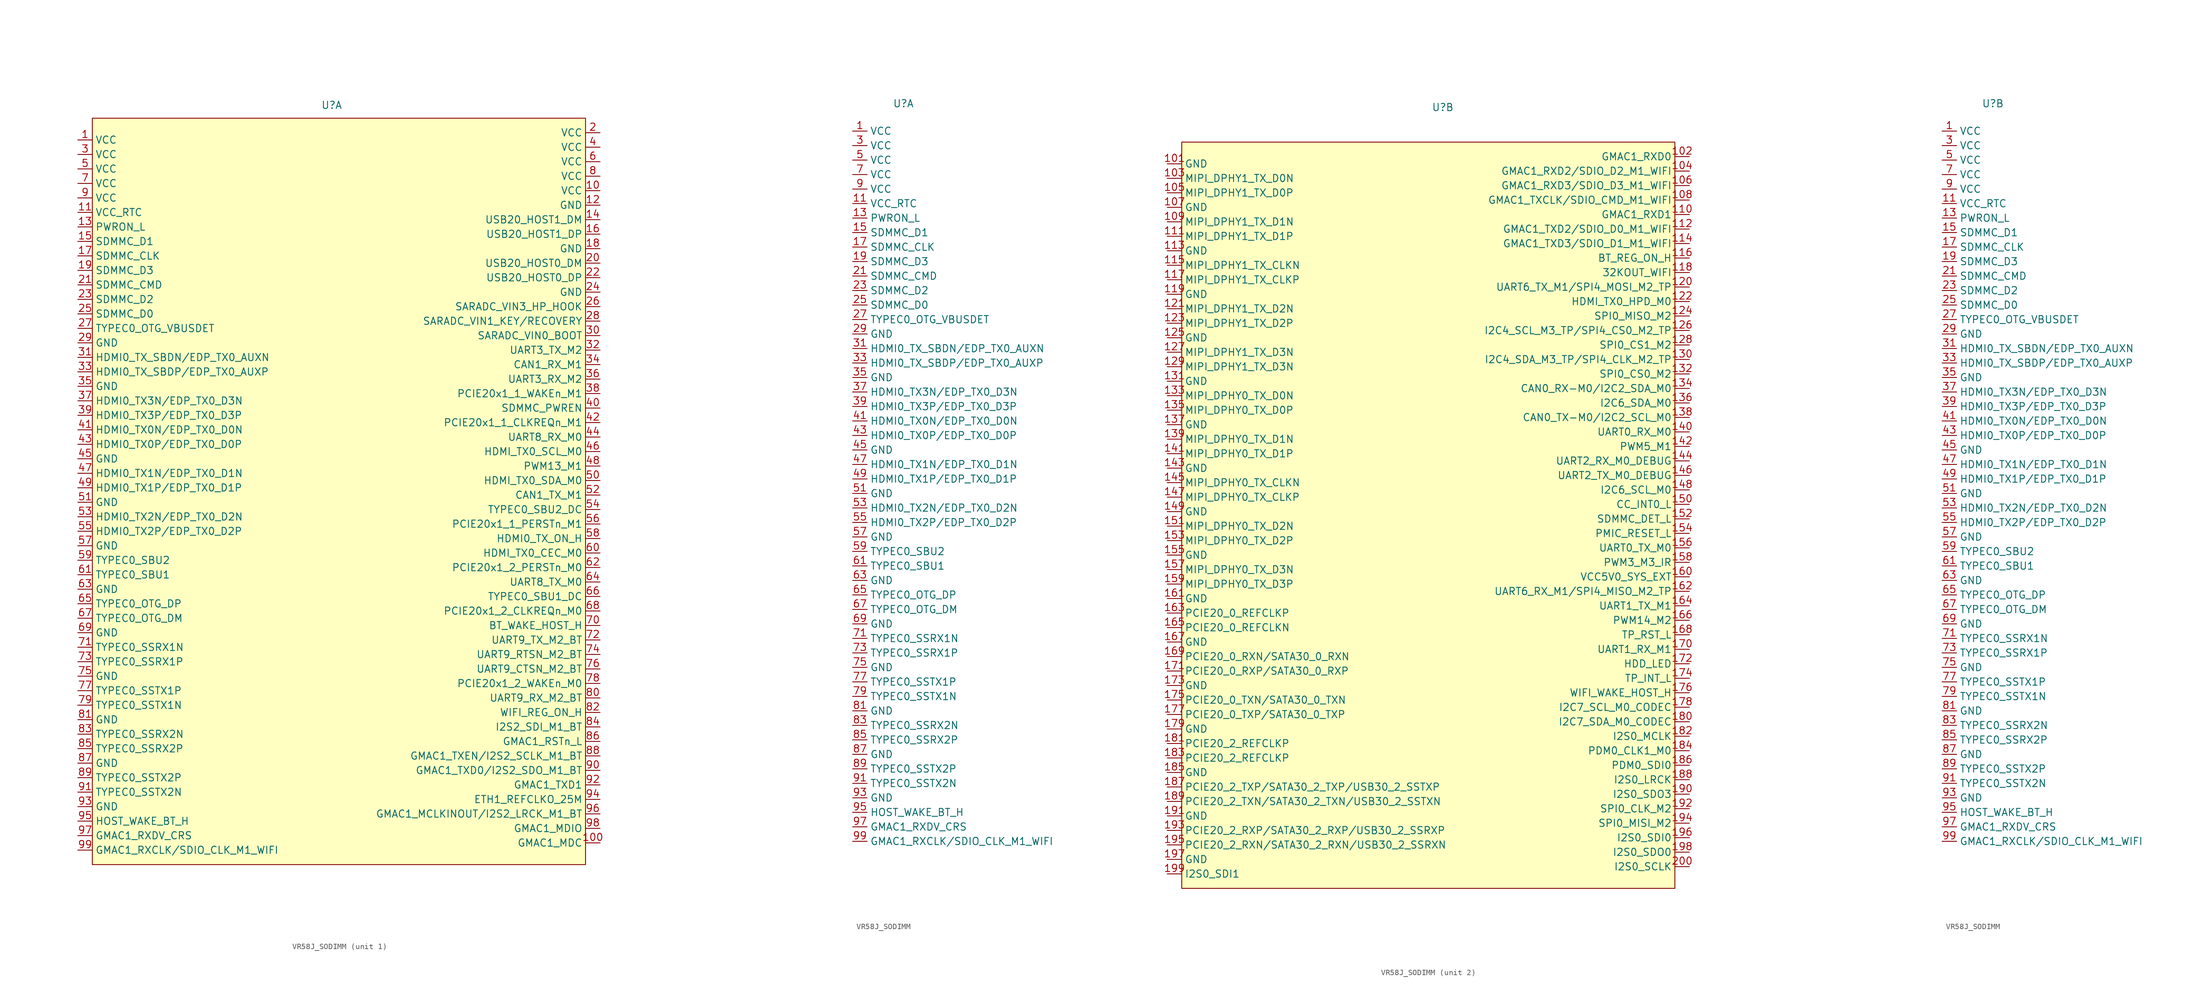
<source format=kicad_sym>
(kicad_symbol_lib
  (version 20231120)
  (generator "kicad_symbol_editor")
  (generator_version "8.0")
  (symbol "VR58J_SODIMM"
    (property "Reference" "U"
      (at 0 53.086 0)
      (effects (font (size 1.27 1.27))))
    (property "Value" ""
      (at -33.02 49.022 0)
      (effects (font (size 1.27 1.27))))
    (property "ki_locked" ""
      (at 0 0 0)
      (effects (font (size 1.27 1.27))))
    (symbol "VR58J_SODIMM_1_1"
      (rectangle (start -41.91 50.8) (end 44.45 -80.01) (stroke (width 0) (type default)) (fill (type background)))
      (pin input line (at -44.45 46.99 0) (length 2.54) (name "VCC" (effects (font (size 1.27 1.27)))) (number "1" (effects (font (size 1.27 1.27)))))
      (pin input line (at 46.99 38.1 180) (length 2.54) (name "VCC" (effects (font (size 1.27 1.27)))) (number "10" (effects (font (size 1.27 1.27)))))
      (pin input line (at 46.99 -76.2 180) (length 2.54) (name "GMAC1_MDC" (effects (font (size 1.27 1.27)))) (number "100" (effects (font (size 1.27 1.27)))))
      (pin input line (at -44.45 34.29 0) (length 2.54) (name "VCC_RTC" (effects (font (size 1.27 1.27)))) (number "11" (effects (font (size 1.27 1.27)))))
      (pin input line (at 46.99 35.56 180) (length 2.54) (name "GND" (effects (font (size 1.27 1.27)))) (number "12" (effects (font (size 1.27 1.27)))))
      (pin input line (at -44.45 31.75 0) (length 2.54) (name "PWRON_L" (effects (font (size 1.27 1.27)))) (number "13" (effects (font (size 1.27 1.27)))))
      (pin input line (at 46.99 33.02 180) (length 2.54) (name "USB20_HOST1_DM" (effects (font (size 1.27 1.27)))) (number "14" (effects (font (size 1.27 1.27)))))
      (pin input line (at -44.45 29.21 0) (length 2.54) (name "SDMMC_D1" (effects (font (size 1.27 1.27)))) (number "15" (effects (font (size 1.27 1.27)))))
      (pin input line (at 46.99 30.48 180) (length 2.54) (name "USB20_HOST1_DP" (effects (font (size 1.27 1.27)))) (number "16" (effects (font (size 1.27 1.27)))))
      (pin input line (at -44.45 26.67 0) (length 2.54) (name "SDMMC_CLK" (effects (font (size 1.27 1.27)))) (number "17" (effects (font (size 1.27 1.27)))))
      (pin input line (at 46.99 27.94 180) (length 2.54) (name "GND" (effects (font (size 1.27 1.27)))) (number "18" (effects (font (size 1.27 1.27)))))
      (pin input line (at -44.45 24.13 0) (length 2.54) (name "SDMMC_D3" (effects (font (size 1.27 1.27)))) (number "19" (effects (font (size 1.27 1.27)))))
      (pin input line (at 46.99 48.26 180) (length 2.54) (name "VCC" (effects (font (size 1.27 1.27)))) (number "2" (effects (font (size 1.27 1.27)))))
      (pin input line (at 46.99 25.4 180) (length 2.54) (name "USB20_HOST0_DM" (effects (font (size 1.27 1.27)))) (number "20" (effects (font (size 1.27 1.27)))))
      (pin input line (at -44.45 21.59 0) (length 2.54) (name "SDMMC_CMD" (effects (font (size 1.27 1.27)))) (number "21" (effects (font (size 1.27 1.27)))))
      (pin input line (at 46.99 22.86 180) (length 2.54) (name "USB20_HOST0_DP" (effects (font (size 1.27 1.27)))) (number "22" (effects (font (size 1.27 1.27)))))
      (pin input line (at -44.45 19.05 0) (length 2.54) (name "SDMMC_D2" (effects (font (size 1.27 1.27)))) (number "23" (effects (font (size 1.27 1.27)))))
      (pin input line (at 46.99 20.32 180) (length 2.54) (name "GND" (effects (font (size 1.27 1.27)))) (number "24" (effects (font (size 1.27 1.27)))))
      (pin input line (at -44.45 16.51 0) (length 2.54) (name "SDMMC_D0" (effects (font (size 1.27 1.27)))) (number "25" (effects (font (size 1.27 1.27)))))
      (pin input line (at 46.99 17.78 180) (length 2.54) (name "SARADC_VIN3_HP_HOOK" (effects (font (size 1.27 1.27)))) (number "26" (effects (font (size 1.27 1.27)))))
      (pin input line (at -44.45 13.97 0) (length 2.54) (name "TYPEC0_OTG_VBUSDET" (effects (font (size 1.27 1.27)))) (number "27" (effects (font (size 1.27 1.27)))))
      (pin input line (at 46.99 15.24 180) (length 2.54) (name "SARADC_VIN1_KEY/RECOVERY" (effects (font (size 1.27 1.27)))) (number "28" (effects (font (size 1.27 1.27)))))
      (pin input line (at -44.45 11.43 0) (length 2.54) (name "GND" (effects (font (size 1.27 1.27)))) (number "29" (effects (font (size 1.27 1.27)))))
      (pin input line (at -44.45 44.45 0) (length 2.54) (name "VCC" (effects (font (size 1.27 1.27)))) (number "3" (effects (font (size 1.27 1.27)))))
      (pin input line (at 46.99 12.7 180) (length 2.54) (name "SARADC_VIN0_BOOT" (effects (font (size 1.27 1.27)))) (number "30" (effects (font (size 1.27 1.27)))))
      (pin input line (at -44.45 8.89 0) (length 2.54) (name "HDMI0_TX_SBDN/EDP_TX0_AUXN" (effects (font (size 1.27 1.27)))) (number "31" (effects (font (size 1.27 1.27)))))
      (pin input line (at 46.99 10.16 180) (length 2.54) (name "UART3_TX_M2" (effects (font (size 1.27 1.27)))) (number "32" (effects (font (size 1.27 1.27)))))
      (pin input line (at -44.45 6.35 0) (length 2.54) (name "HDMI0_TX_SBDP/EDP_TX0_AUXP" (effects (font (size 1.27 1.27)))) (number "33" (effects (font (size 1.27 1.27)))))
      (pin input line (at 46.99 7.62 180) (length 2.54) (name "CAN1_RX_M1" (effects (font (size 1.27 1.27)))) (number "34" (effects (font (size 1.27 1.27)))))
      (pin input line (at -44.45 3.81 0) (length 2.54) (name "GND" (effects (font (size 1.27 1.27)))) (number "35" (effects (font (size 1.27 1.27)))))
      (pin input line (at 46.99 5.08 180) (length 2.54) (name "UART3_RX_M2" (effects (font (size 1.27 1.27)))) (number "36" (effects (font (size 1.27 1.27)))))
      (pin input line (at -44.45 1.27 0) (length 2.54) (name "HDMI0_TX3N/EDP_TX0_D3N" (effects (font (size 1.27 1.27)))) (number "37" (effects (font (size 1.27 1.27)))))
      (pin input line (at 46.99 2.54 180) (length 2.54) (name "PCIE20x1_1_WAKEn_M1" (effects (font (size 1.27 1.27)))) (number "38" (effects (font (size 1.27 1.27)))))
      (pin input line (at -44.45 -1.27 0) (length 2.54) (name "HDMI0_TX3P/EDP_TX0_D3P" (effects (font (size 1.27 1.27)))) (number "39" (effects (font (size 1.27 1.27)))))
      (pin input line (at 46.99 45.72 180) (length 2.54) (name "VCC" (effects (font (size 1.27 1.27)))) (number "4" (effects (font (size 1.27 1.27)))))
      (pin input line (at 46.99 0 180) (length 2.54) (name "SDMMC_PWREN" (effects (font (size 1.27 1.27)))) (number "40" (effects (font (size 1.27 1.27)))))
      (pin input line (at -44.45 -3.81 0) (length 2.54) (name "HDMI0_TX0N/EDP_TX0_D0N" (effects (font (size 1.27 1.27)))) (number "41" (effects (font (size 1.27 1.27)))))
      (pin input line (at 46.99 -2.54 180) (length 2.54) (name "PCIE20x1_1_CLKREQn_M1" (effects (font (size 1.27 1.27)))) (number "42" (effects (font (size 1.27 1.27)))))
      (pin input line (at -44.45 -6.35 0) (length 2.54) (name "HDMI0_TX0P/EDP_TX0_D0P" (effects (font (size 1.27 1.27)))) (number "43" (effects (font (size 1.27 1.27)))))
      (pin input line (at 46.99 -5.08 180) (length 2.54) (name "UART8_RX_M0" (effects (font (size 1.27 1.27)))) (number "44" (effects (font (size 1.27 1.27)))))
      (pin input line (at -44.45 -8.89 0) (length 2.54) (name "GND" (effects (font (size 1.27 1.27)))) (number "45" (effects (font (size 1.27 1.27)))))
      (pin input line (at 46.99 -7.62 180) (length 2.54) (name "HDMI_TX0_SCL_M0" (effects (font (size 1.27 1.27)))) (number "46" (effects (font (size 1.27 1.27)))))
      (pin input line (at -44.45 -11.43 0) (length 2.54) (name "HDMI0_TX1N/EDP_TX0_D1N" (effects (font (size 1.27 1.27)))) (number "47" (effects (font (size 1.27 1.27)))))
      (pin input line (at 46.99 -10.16 180) (length 2.54) (name "PWM13_M1" (effects (font (size 1.27 1.27)))) (number "48" (effects (font (size 1.27 1.27)))))
      (pin input line (at -44.45 -13.97 0) (length 2.54) (name "HDMI0_TX1P/EDP_TX0_D1P" (effects (font (size 1.27 1.27)))) (number "49" (effects (font (size 1.27 1.27)))))
      (pin input line (at -44.45 41.91 0) (length 2.54) (name "VCC" (effects (font (size 1.27 1.27)))) (number "5" (effects (font (size 1.27 1.27)))))
      (pin input line (at 46.99 -12.7 180) (length 2.54) (name "HDMI_TX0_SDA_M0" (effects (font (size 1.27 1.27)))) (number "50" (effects (font (size 1.27 1.27)))))
      (pin input line (at -44.45 -16.51 0) (length 2.54) (name "GND" (effects (font (size 1.27 1.27)))) (number "51" (effects (font (size 1.27 1.27)))))
      (pin input line (at 46.99 -15.24 180) (length 2.54) (name "CAN1_TX_M1" (effects (font (size 1.27 1.27)))) (number "52" (effects (font (size 1.27 1.27)))))
      (pin input line (at -44.45 -19.05 0) (length 2.54) (name "HDMI0_TX2N/EDP_TX0_D2N" (effects (font (size 1.27 1.27)))) (number "53" (effects (font (size 1.27 1.27)))))
      (pin input line (at 46.99 -17.78 180) (length 2.54) (name "TYPEC0_SBU2_DC" (effects (font (size 1.27 1.27)))) (number "54" (effects (font (size 1.27 1.27)))))
      (pin input line (at -44.45 -21.59 0) (length 2.54) (name "HDMI0_TX2P/EDP_TX0_D2P" (effects (font (size 1.27 1.27)))) (number "55" (effects (font (size 1.27 1.27)))))
      (pin input line (at 46.99 -20.32 180) (length 2.54) (name "PCIE20x1_1_PERSTn_M1" (effects (font (size 1.27 1.27)))) (number "56" (effects (font (size 1.27 1.27)))))
      (pin input line (at -44.45 -24.13 0) (length 2.54) (name "GND" (effects (font (size 1.27 1.27)))) (number "57" (effects (font (size 1.27 1.27)))))
      (pin input line (at 46.99 -22.86 180) (length 2.54) (name "HDMI0_TX_ON_H" (effects (font (size 1.27 1.27)))) (number "58" (effects (font (size 1.27 1.27)))))
      (pin input line (at -44.45 -26.67 0) (length 2.54) (name "TYPEC0_SBU2" (effects (font (size 1.27 1.27)))) (number "59" (effects (font (size 1.27 1.27)))))
      (pin input line (at 46.99 43.18 180) (length 2.54) (name "VCC" (effects (font (size 1.27 1.27)))) (number "6" (effects (font (size 1.27 1.27)))))
      (pin input line (at 46.99 -25.4 180) (length 2.54) (name "HDMI_TX0_CEC_M0" (effects (font (size 1.27 1.27)))) (number "60" (effects (font (size 1.27 1.27)))))
      (pin input line (at -44.45 -29.21 0) (length 2.54) (name "TYPEC0_SBU1" (effects (font (size 1.27 1.27)))) (number "61" (effects (font (size 1.27 1.27)))))
      (pin input line (at 46.99 -27.94 180) (length 2.54) (name "PCIE20x1_2_PERSTn_M0" (effects (font (size 1.27 1.27)))) (number "62" (effects (font (size 1.27 1.27)))))
      (pin input line (at -44.45 -31.75 0) (length 2.54) (name "GND" (effects (font (size 1.27 1.27)))) (number "63" (effects (font (size 1.27 1.27)))))
      (pin input line (at 46.99 -30.48 180) (length 2.54) (name "UART8_TX_M0" (effects (font (size 1.27 1.27)))) (number "64" (effects (font (size 1.27 1.27)))))
      (pin input line (at -44.45 -34.29 0) (length 2.54) (name "TYPEC0_OTG_DP" (effects (font (size 1.27 1.27)))) (number "65" (effects (font (size 1.27 1.27)))))
      (pin input line (at 46.99 -33.02 180) (length 2.54) (name "TYPEC0_SBU1_DC" (effects (font (size 1.27 1.27)))) (number "66" (effects (font (size 1.27 1.27)))))
      (pin input line (at -44.45 -36.83 0) (length 2.54) (name "TYPEC0_OTG_DM" (effects (font (size 1.27 1.27)))) (number "67" (effects (font (size 1.27 1.27)))))
      (pin input line (at 46.99 -35.56 180) (length 2.54) (name "PCIE20x1_2_CLKREQn_M0" (effects (font (size 1.27 1.27)))) (number "68" (effects (font (size 1.27 1.27)))))
      (pin input line (at -44.45 -39.37 0) (length 2.54) (name "GND" (effects (font (size 1.27 1.27)))) (number "69" (effects (font (size 1.27 1.27)))))
      (pin input line (at -44.45 39.37 0) (length 2.54) (name "VCC" (effects (font (size 1.27 1.27)))) (number "7" (effects (font (size 1.27 1.27)))))
      (pin input line (at 46.99 -38.1 180) (length 2.54) (name "BT_WAKE_HOST_H" (effects (font (size 1.27 1.27)))) (number "70" (effects (font (size 1.27 1.27)))))
      (pin input line (at -44.45 -41.91 0) (length 2.54) (name "TYPEC0_SSRX1N" (effects (font (size 1.27 1.27)))) (number "71" (effects (font (size 1.27 1.27)))))
      (pin input line (at 46.99 -40.64 180) (length 2.54) (name "UART9_TX_M2_BT" (effects (font (size 1.27 1.27)))) (number "72" (effects (font (size 1.27 1.27)))))
      (pin input line (at -44.45 -44.45 0) (length 2.54) (name "TYPEC0_SSRX1P" (effects (font (size 1.27 1.27)))) (number "73" (effects (font (size 1.27 1.27)))))
      (pin input line (at 46.99 -43.18 180) (length 2.54) (name "UART9_RTSN_M2_BT" (effects (font (size 1.27 1.27)))) (number "74" (effects (font (size 1.27 1.27)))))
      (pin input line (at -44.45 -46.99 0) (length 2.54) (name "GND" (effects (font (size 1.27 1.27)))) (number "75" (effects (font (size 1.27 1.27)))))
      (pin input line (at 46.99 -45.72 180) (length 2.54) (name "UART9_CTSN_M2_BT" (effects (font (size 1.27 1.27)))) (number "76" (effects (font (size 1.27 1.27)))))
      (pin input line (at -44.45 -49.53 0) (length 2.54) (name "TYPEC0_SSTX1P" (effects (font (size 1.27 1.27)))) (number "77" (effects (font (size 1.27 1.27)))))
      (pin input line (at 46.99 -48.26 180) (length 2.54) (name "PCIE20x1_2_WAKEn_M0" (effects (font (size 1.27 1.27)))) (number "78" (effects (font (size 1.27 1.27)))))
      (pin input line (at -44.45 -52.07 0) (length 2.54) (name "TYPEC0_SSTX1N" (effects (font (size 1.27 1.27)))) (number "79" (effects (font (size 1.27 1.27)))))
      (pin input line (at 46.99 40.64 180) (length 2.54) (name "VCC" (effects (font (size 1.27 1.27)))) (number "8" (effects (font (size 1.27 1.27)))))
      (pin input line (at 46.99 -50.8 180) (length 2.54) (name "UART9_RX_M2_BT" (effects (font (size 1.27 1.27)))) (number "80" (effects (font (size 1.27 1.27)))))
      (pin input line (at -44.45 -54.61 0) (length 2.54) (name "GND" (effects (font (size 1.27 1.27)))) (number "81" (effects (font (size 1.27 1.27)))))
      (pin input line (at 46.99 -53.34 180) (length 2.54) (name "WIFI_REG_ON_H" (effects (font (size 1.27 1.27)))) (number "82" (effects (font (size 1.27 1.27)))))
      (pin input line (at -44.45 -57.15 0) (length 2.54) (name "TYPEC0_SSRX2N" (effects (font (size 1.27 1.27)))) (number "83" (effects (font (size 1.27 1.27)))))
      (pin input line (at 46.99 -55.88 180) (length 2.54) (name "I2S2_SDI_M1_BT" (effects (font (size 1.27 1.27)))) (number "84" (effects (font (size 1.27 1.27)))))
      (pin input line (at -44.45 -59.69 0) (length 2.54) (name "TYPEC0_SSRX2P" (effects (font (size 1.27 1.27)))) (number "85" (effects (font (size 1.27 1.27)))))
      (pin input line (at 46.99 -58.42 180) (length 2.54) (name "GMAC1_RSTn_L" (effects (font (size 1.27 1.27)))) (number "86" (effects (font (size 1.27 1.27)))))
      (pin input line (at -44.45 -62.23 0) (length 2.54) (name "GND" (effects (font (size 1.27 1.27)))) (number "87" (effects (font (size 1.27 1.27)))))
      (pin input line (at 46.99 -60.96 180) (length 2.54) (name "GMAC1_TXEN/I2S2_SCLK_M1_BT" (effects (font (size 1.27 1.27)))) (number "88" (effects (font (size 1.27 1.27)))))
      (pin input line (at -44.45 -64.77 0) (length 2.54) (name "TYPEC0_SSTX2P" (effects (font (size 1.27 1.27)))) (number "89" (effects (font (size 1.27 1.27)))))
      (pin input line (at -44.45 36.83 0) (length 2.54) (name "VCC" (effects (font (size 1.27 1.27)))) (number "9" (effects (font (size 1.27 1.27)))))
      (pin input line (at 46.99 -63.5 180) (length 2.54) (name "GMAC1_TXD0/I2S2_SDO_M1_BT" (effects (font (size 1.27 1.27)))) (number "90" (effects (font (size 1.27 1.27)))))
      (pin input line (at -44.45 -67.31 0) (length 2.54) (name "TYPEC0_SSTX2N" (effects (font (size 1.27 1.27)))) (number "91" (effects (font (size 1.27 1.27)))))
      (pin input line (at 46.99 -66.04 180) (length 2.54) (name "GMAC1_TXD1" (effects (font (size 1.27 1.27)))) (number "92" (effects (font (size 1.27 1.27)))))
      (pin input line (at -44.45 -69.85 0) (length 2.54) (name "GND" (effects (font (size 1.27 1.27)))) (number "93" (effects (font (size 1.27 1.27)))))
      (pin input line (at 46.99 -68.58 180) (length 2.54) (name "ETH1_REFCLKO_25M" (effects (font (size 1.27 1.27)))) (number "94" (effects (font (size 1.27 1.27)))))
      (pin input line (at -44.45 -72.39 0) (length 2.54) (name "HOST_WAKE_BT_H" (effects (font (size 1.27 1.27)))) (number "95" (effects (font (size 1.27 1.27)))))
      (pin input line (at 46.99 -71.12 180) (length 2.54) (name "GMAC1_MCLKINOUT/I2S2_LRCK_M1_BT" (effects (font (size 1.27 1.27)))) (number "96" (effects (font (size 1.27 1.27)))))
      (pin input line (at -44.45 -74.93 0) (length 2.54) (name "GMAC1_RXDV_CRS" (effects (font (size 1.27 1.27)))) (number "97" (effects (font (size 1.27 1.27)))))
      (pin input line (at 46.99 -73.66 180) (length 2.54) (name "GMAC1_MDIO" (effects (font (size 1.27 1.27)))) (number "98" (effects (font (size 1.27 1.27)))))
      (pin input line (at -44.45 -77.47 0) (length 2.54) (name "GMAC1_RXCLK/SDIO_CLK_M1_WIFI" (effects (font (size 1.27 1.27)))) (number "99" (effects (font (size 1.27 1.27))))))
    (symbol "VR58J_SODIMM_1_2"
      (pin input line (at -8.89 48.26 0) (length 2.54) (name "VCC" (effects (font (size 1.27 1.27)))) (number "1" (effects (font (size 1.27 1.27)))))
      (pin input line (at -8.89 35.56 0) (length 2.54) (name "VCC_RTC" (effects (font (size 1.27 1.27)))) (number "11" (effects (font (size 1.27 1.27)))))
      (pin input line (at -8.89 33.02 0) (length 2.54) (name "PWRON_L" (effects (font (size 1.27 1.27)))) (number "13" (effects (font (size 1.27 1.27)))))
      (pin input line (at -8.89 30.48 0) (length 2.54) (name "SDMMC_D1" (effects (font (size 1.27 1.27)))) (number "15" (effects (font (size 1.27 1.27)))))
      (pin input line (at -8.89 27.94 0) (length 2.54) (name "SDMMC_CLK" (effects (font (size 1.27 1.27)))) (number "17" (effects (font (size 1.27 1.27)))))
      (pin input line (at -8.89 25.4 0) (length 2.54) (name "SDMMC_D3" (effects (font (size 1.27 1.27)))) (number "19" (effects (font (size 1.27 1.27)))))
      (pin input line (at -8.89 22.86 0) (length 2.54) (name "SDMMC_CMD" (effects (font (size 1.27 1.27)))) (number "21" (effects (font (size 1.27 1.27)))))
      (pin input line (at -8.89 20.32 0) (length 2.54) (name "SDMMC_D2" (effects (font (size 1.27 1.27)))) (number "23" (effects (font (size 1.27 1.27)))))
      (pin input line (at -8.89 17.78 0) (length 2.54) (name "SDMMC_D0" (effects (font (size 1.27 1.27)))) (number "25" (effects (font (size 1.27 1.27)))))
      (pin input line (at -8.89 15.24 0) (length 2.54) (name "TYPEC0_OTG_VBUSDET" (effects (font (size 1.27 1.27)))) (number "27" (effects (font (size 1.27 1.27)))))
      (pin input line (at -8.89 12.7 0) (length 2.54) (name "GND" (effects (font (size 1.27 1.27)))) (number "29" (effects (font (size 1.27 1.27)))))
      (pin input line (at -8.89 45.72 0) (length 2.54) (name "VCC" (effects (font (size 1.27 1.27)))) (number "3" (effects (font (size 1.27 1.27)))))
      (pin input line (at -8.89 10.16 0) (length 2.54) (name "HDMI0_TX_SBDN/EDP_TX0_AUXN" (effects (font (size 1.27 1.27)))) (number "31" (effects (font (size 1.27 1.27)))))
      (pin input line (at -8.89 7.62 0) (length 2.54) (name "HDMI0_TX_SBDP/EDP_TX0_AUXP" (effects (font (size 1.27 1.27)))) (number "33" (effects (font (size 1.27 1.27)))))
      (pin input line (at -8.89 5.08 0) (length 2.54) (name "GND" (effects (font (size 1.27 1.27)))) (number "35" (effects (font (size 1.27 1.27)))))
      (pin input line (at -8.89 2.54 0) (length 2.54) (name "HDMI0_TX3N/EDP_TX0_D3N" (effects (font (size 1.27 1.27)))) (number "37" (effects (font (size 1.27 1.27)))))
      (pin input line (at -8.89 0 0) (length 2.54) (name "HDMI0_TX3P/EDP_TX0_D3P" (effects (font (size 1.27 1.27)))) (number "39" (effects (font (size 1.27 1.27)))))
      (pin input line (at -8.89 -2.54 0) (length 2.54) (name "HDMI0_TX0N/EDP_TX0_D0N" (effects (font (size 1.27 1.27)))) (number "41" (effects (font (size 1.27 1.27)))))
      (pin input line (at -8.89 -5.08 0) (length 2.54) (name "HDMI0_TX0P/EDP_TX0_D0P" (effects (font (size 1.27 1.27)))) (number "43" (effects (font (size 1.27 1.27)))))
      (pin input line (at -8.89 -7.62 0) (length 2.54) (name "GND" (effects (font (size 1.27 1.27)))) (number "45" (effects (font (size 1.27 1.27)))))
      (pin input line (at -8.89 -10.16 0) (length 2.54) (name "HDMI0_TX1N/EDP_TX0_D1N" (effects (font (size 1.27 1.27)))) (number "47" (effects (font (size 1.27 1.27)))))
      (pin input line (at -8.89 -12.7 0) (length 2.54) (name "HDMI0_TX1P/EDP_TX0_D1P" (effects (font (size 1.27 1.27)))) (number "49" (effects (font (size 1.27 1.27)))))
      (pin input line (at -8.89 43.18 0) (length 2.54) (name "VCC" (effects (font (size 1.27 1.27)))) (number "5" (effects (font (size 1.27 1.27)))))
      (pin input line (at -8.89 -15.24 0) (length 2.54) (name "GND" (effects (font (size 1.27 1.27)))) (number "51" (effects (font (size 1.27 1.27)))))
      (pin input line (at -8.89 -17.78 0) (length 2.54) (name "HDMI0_TX2N/EDP_TX0_D2N" (effects (font (size 1.27 1.27)))) (number "53" (effects (font (size 1.27 1.27)))))
      (pin input line (at -8.89 -20.32 0) (length 2.54) (name "HDMI0_TX2P/EDP_TX0_D2P" (effects (font (size 1.27 1.27)))) (number "55" (effects (font (size 1.27 1.27)))))
      (pin input line (at -8.89 -22.86 0) (length 2.54) (name "GND" (effects (font (size 1.27 1.27)))) (number "57" (effects (font (size 1.27 1.27)))))
      (pin input line (at -8.89 -25.4 0) (length 2.54) (name "TYPEC0_SBU2" (effects (font (size 1.27 1.27)))) (number "59" (effects (font (size 1.27 1.27)))))
      (pin input line (at -8.89 -27.94 0) (length 2.54) (name "TYPEC0_SBU1" (effects (font (size 1.27 1.27)))) (number "61" (effects (font (size 1.27 1.27)))))
      (pin input line (at -8.89 -30.48 0) (length 2.54) (name "GND" (effects (font (size 1.27 1.27)))) (number "63" (effects (font (size 1.27 1.27)))))
      (pin input line (at -8.89 -33.02 0) (length 2.54) (name "TYPEC0_OTG_DP" (effects (font (size 1.27 1.27)))) (number "65" (effects (font (size 1.27 1.27)))))
      (pin input line (at -8.89 -35.56 0) (length 2.54) (name "TYPEC0_OTG_DM" (effects (font (size 1.27 1.27)))) (number "67" (effects (font (size 1.27 1.27)))))
      (pin input line (at -8.89 -38.1 0) (length 2.54) (name "GND" (effects (font (size 1.27 1.27)))) (number "69" (effects (font (size 1.27 1.27)))))
      (pin input line (at -8.89 40.64 0) (length 2.54) (name "VCC" (effects (font (size 1.27 1.27)))) (number "7" (effects (font (size 1.27 1.27)))))
      (pin input line (at -8.89 -40.64 0) (length 2.54) (name "TYPEC0_SSRX1N" (effects (font (size 1.27 1.27)))) (number "71" (effects (font (size 1.27 1.27)))))
      (pin input line (at -8.89 -43.18 0) (length 2.54) (name "TYPEC0_SSRX1P" (effects (font (size 1.27 1.27)))) (number "73" (effects (font (size 1.27 1.27)))))
      (pin input line (at -8.89 -45.72 0) (length 2.54) (name "GND" (effects (font (size 1.27 1.27)))) (number "75" (effects (font (size 1.27 1.27)))))
      (pin input line (at -8.89 -48.26 0) (length 2.54) (name "TYPEC0_SSTX1P" (effects (font (size 1.27 1.27)))) (number "77" (effects (font (size 1.27 1.27)))))
      (pin input line (at -8.89 -50.8 0) (length 2.54) (name "TYPEC0_SSTX1N" (effects (font (size 1.27 1.27)))) (number "79" (effects (font (size 1.27 1.27)))))
      (pin input line (at -8.89 -53.34 0) (length 2.54) (name "GND" (effects (font (size 1.27 1.27)))) (number "81" (effects (font (size 1.27 1.27)))))
      (pin input line (at -8.89 -55.88 0) (length 2.54) (name "TYPEC0_SSRX2N" (effects (font (size 1.27 1.27)))) (number "83" (effects (font (size 1.27 1.27)))))
      (pin input line (at -8.89 -58.42 0) (length 2.54) (name "TYPEC0_SSRX2P" (effects (font (size 1.27 1.27)))) (number "85" (effects (font (size 1.27 1.27)))))
      (pin input line (at -8.89 -60.96 0) (length 2.54) (name "GND" (effects (font (size 1.27 1.27)))) (number "87" (effects (font (size 1.27 1.27)))))
      (pin input line (at -8.89 -63.5 0) (length 2.54) (name "TYPEC0_SSTX2P" (effects (font (size 1.27 1.27)))) (number "89" (effects (font (size 1.27 1.27)))))
      (pin input line (at -8.89 38.1 0) (length 2.54) (name "VCC" (effects (font (size 1.27 1.27)))) (number "9" (effects (font (size 1.27 1.27)))))
      (pin input line (at -8.89 -66.04 0) (length 2.54) (name "TYPEC0_SSTX2N" (effects (font (size 1.27 1.27)))) (number "91" (effects (font (size 1.27 1.27)))))
      (pin input line (at -8.89 -68.58 0) (length 2.54) (name "GND" (effects (font (size 1.27 1.27)))) (number "93" (effects (font (size 1.27 1.27)))))
      (pin input line (at -8.89 -71.12 0) (length 2.54) (name "HOST_WAKE_BT_H" (effects (font (size 1.27 1.27)))) (number "95" (effects (font (size 1.27 1.27)))))
      (pin input line (at -8.89 -73.66 0) (length 2.54) (name "GMAC1_RXDV_CRS" (effects (font (size 1.27 1.27)))) (number "97" (effects (font (size 1.27 1.27)))))
      (pin input line (at -8.89 -76.2 0) (length 2.54) (name "GMAC1_RXCLK/SDIO_CLK_M1_WIFI" (effects (font (size 1.27 1.27)))) (number "99" (effects (font (size 1.27 1.27))))))
    (symbol "VR58J_SODIMM_2_1"
      (rectangle (start -45.72 46.99) (end 40.64 -83.82) (stroke (width 0) (type default)) (fill (type background)))
      (pin input line (at -48.26 43.18 0) (length 2.54) (name "GND" (effects (font (size 1.27 1.27)))) (number "101" (effects (font (size 1.27 1.27)))))
      (pin input line (at 43.18 44.45 180) (length 2.54) (name "GMAC1_RXD0" (effects (font (size 1.27 1.27)))) (number "102" (effects (font (size 1.27 1.27)))))
      (pin input line (at -48.26 40.64 0) (length 2.54) (name "MIPI_DPHY1_TX_D0N" (effects (font (size 1.27 1.27)))) (number "103" (effects (font (size 1.27 1.27)))))
      (pin input line (at 43.18 41.91 180) (length 2.54) (name "GMAC1_RXD2/SDIO_D2_M1_WIFI" (effects (font (size 1.27 1.27)))) (number "104" (effects (font (size 1.27 1.27)))))
      (pin input line (at -48.26 38.1 0) (length 2.54) (name "MIPI_DPHY1_TX_D0P" (effects (font (size 1.27 1.27)))) (number "105" (effects (font (size 1.27 1.27)))))
      (pin input line (at 43.18 39.37 180) (length 2.54) (name "GMAC1_RXD3/SDIO_D3_M1_WIFI" (effects (font (size 1.27 1.27)))) (number "106" (effects (font (size 1.27 1.27)))))
      (pin input line (at -48.26 35.56 0) (length 2.54) (name "GND" (effects (font (size 1.27 1.27)))) (number "107" (effects (font (size 1.27 1.27)))))
      (pin input line (at 43.18 36.83 180) (length 2.54) (name "GMAC1_TXCLK/SDIO_CMD_M1_WIFI" (effects (font (size 1.27 1.27)))) (number "108" (effects (font (size 1.27 1.27)))))
      (pin input line (at -48.26 33.02 0) (length 2.54) (name "MIPI_DPHY1_TX_D1N" (effects (font (size 1.27 1.27)))) (number "109" (effects (font (size 1.27 1.27)))))
      (pin input line (at 43.18 34.29 180) (length 2.54) (name "GMAC1_RXD1" (effects (font (size 1.27 1.27)))) (number "110" (effects (font (size 1.27 1.27)))))
      (pin input line (at -48.26 30.48 0) (length 2.54) (name "MIPI_DPHY1_TX_D1P" (effects (font (size 1.27 1.27)))) (number "111" (effects (font (size 1.27 1.27)))))
      (pin input line (at 43.18 31.75 180) (length 2.54) (name "GMAC1_TXD2/SDIO_D0_M1_WIFI" (effects (font (size 1.27 1.27)))) (number "112" (effects (font (size 1.27 1.27)))))
      (pin input line (at -48.26 27.94 0) (length 2.54) (name "GND" (effects (font (size 1.27 1.27)))) (number "113" (effects (font (size 1.27 1.27)))))
      (pin input line (at 43.18 29.21 180) (length 2.54) (name "GMAC1_TXD3/SDIO_D1_M1_WIFI" (effects (font (size 1.27 1.27)))) (number "114" (effects (font (size 1.27 1.27)))))
      (pin input line (at -48.26 25.4 0) (length 2.54) (name "MIPI_DPHY1_TX_CLKN" (effects (font (size 1.27 1.27)))) (number "115" (effects (font (size 1.27 1.27)))))
      (pin input line (at 43.18 26.67 180) (length 2.54) (name "BT_REG_ON_H" (effects (font (size 1.27 1.27)))) (number "116" (effects (font (size 1.27 1.27)))))
      (pin input line (at -48.26 22.86 0) (length 2.54) (name "MIPI_DPHY1_TX_CLKP" (effects (font (size 1.27 1.27)))) (number "117" (effects (font (size 1.27 1.27)))))
      (pin input line (at 43.18 24.13 180) (length 2.54) (name "32KOUT_WIFI" (effects (font (size 1.27 1.27)))) (number "118" (effects (font (size 1.27 1.27)))))
      (pin input line (at -48.26 20.32 0) (length 2.54) (name "GND" (effects (font (size 1.27 1.27)))) (number "119" (effects (font (size 1.27 1.27)))))
      (pin input line (at 43.18 21.59 180) (length 2.54) (name "UART6_TX_M1/SPI4_MOSI_M2_TP" (effects (font (size 1.27 1.27)))) (number "120" (effects (font (size 1.27 1.27)))))
      (pin input line (at -48.26 17.78 0) (length 2.54) (name "MIPI_DPHY1_TX_D2N" (effects (font (size 1.27 1.27)))) (number "121" (effects (font (size 1.27 1.27)))))
      (pin input line (at 43.18 19.05 180) (length 2.54) (name "HDMI_TX0_HPD_M0" (effects (font (size 1.27 1.27)))) (number "122" (effects (font (size 1.27 1.27)))))
      (pin input line (at -48.26 15.24 0) (length 2.54) (name "MIPI_DPHY1_TX_D2P" (effects (font (size 1.27 1.27)))) (number "123" (effects (font (size 1.27 1.27)))))
      (pin input line (at 43.18 16.51 180) (length 2.54) (name "SPI0_MISO_M2" (effects (font (size 1.27 1.27)))) (number "124" (effects (font (size 1.27 1.27)))))
      (pin input line (at -48.26 12.7 0) (length 2.54) (name "GND" (effects (font (size 1.27 1.27)))) (number "125" (effects (font (size 1.27 1.27)))))
      (pin input line (at 43.18 13.97 180) (length 2.54) (name "I2C4_SCL_M3_TP/SPI4_CS0_M2_TP" (effects (font (size 1.27 1.27)))) (number "126" (effects (font (size 1.27 1.27)))))
      (pin input line (at -48.26 10.16 0) (length 2.54) (name "MIPI_DPHY1_TX_D3N" (effects (font (size 1.27 1.27)))) (number "127" (effects (font (size 1.27 1.27)))))
      (pin input line (at 43.18 11.43 180) (length 2.54) (name "SPI0_CS1_M2" (effects (font (size 1.27 1.27)))) (number "128" (effects (font (size 1.27 1.27)))))
      (pin input line (at -48.26 7.62 0) (length 2.54) (name "MIPI_DPHY1_TX_D3N" (effects (font (size 1.27 1.27)))) (number "129" (effects (font (size 1.27 1.27)))))
      (pin input line (at 43.18 8.89 180) (length 2.54) (name "I2C4_SDA_M3_TP/SPI4_CLK_M2_TP" (effects (font (size 1.27 1.27)))) (number "130" (effects (font (size 1.27 1.27)))))
      (pin input line (at -48.26 5.08 0) (length 2.54) (name "GND" (effects (font (size 1.27 1.27)))) (number "131" (effects (font (size 1.27 1.27)))))
      (pin input line (at 43.18 6.35 180) (length 2.54) (name "SPI0_CS0_M2" (effects (font (size 1.27 1.27)))) (number "132" (effects (font (size 1.27 1.27)))))
      (pin input line (at -48.26 2.54 0) (length 2.54) (name "MIPI_DPHY0_TX_D0N" (effects (font (size 1.27 1.27)))) (number "133" (effects (font (size 1.27 1.27)))))
      (pin input line (at 43.18 3.81 180) (length 2.54) (name "CAN0_RX-M0/I2C2_SDA_M0" (effects (font (size 1.27 1.27)))) (number "134" (effects (font (size 1.27 1.27)))))
      (pin input line (at -48.26 0 0) (length 2.54) (name "MIPI_DPHY0_TX_D0P" (effects (font (size 1.27 1.27)))) (number "135" (effects (font (size 1.27 1.27)))))
      (pin input line (at 43.18 1.27 180) (length 2.54) (name "I2C6_SDA_M0" (effects (font (size 1.27 1.27)))) (number "136" (effects (font (size 1.27 1.27)))))
      (pin input line (at -48.26 -2.54 0) (length 2.54) (name "GND" (effects (font (size 1.27 1.27)))) (number "137" (effects (font (size 1.27 1.27)))))
      (pin input line (at 43.18 -1.27 180) (length 2.54) (name "CAN0_TX-M0/I2C2_SCL_M0" (effects (font (size 1.27 1.27)))) (number "138" (effects (font (size 1.27 1.27)))))
      (pin input line (at -48.26 -5.08 0) (length 2.54) (name "MIPI_DPHY0_TX_D1N" (effects (font (size 1.27 1.27)))) (number "139" (effects (font (size 1.27 1.27)))))
      (pin input line (at 43.18 -3.81 180) (length 2.54) (name "UART0_RX_M0" (effects (font (size 1.27 1.27)))) (number "140" (effects (font (size 1.27 1.27)))))
      (pin input line (at -48.26 -7.62 0) (length 2.54) (name "MIPI_DPHY0_TX_D1P" (effects (font (size 1.27 1.27)))) (number "141" (effects (font (size 1.27 1.27)))))
      (pin input line (at 43.18 -6.35 180) (length 2.54) (name "PWM5_M1" (effects (font (size 1.27 1.27)))) (number "142" (effects (font (size 1.27 1.27)))))
      (pin input line (at -48.26 -10.16 0) (length 2.54) (name "GND" (effects (font (size 1.27 1.27)))) (number "143" (effects (font (size 1.27 1.27)))))
      (pin input line (at 43.18 -8.89 180) (length 2.54) (name "UART2_RX_M0_DEBUG" (effects (font (size 1.27 1.27)))) (number "144" (effects (font (size 1.27 1.27)))))
      (pin input line (at -48.26 -12.7 0) (length 2.54) (name "MIPI_DPHY0_TX_CLKN" (effects (font (size 1.27 1.27)))) (number "145" (effects (font (size 1.27 1.27)))))
      (pin input line (at 43.18 -11.43 180) (length 2.54) (name "UART2_TX_M0_DEBUG" (effects (font (size 1.27 1.27)))) (number "146" (effects (font (size 1.27 1.27)))))
      (pin input line (at -48.26 -15.24 0) (length 2.54) (name "MIPI_DPHY0_TX_CLKP" (effects (font (size 1.27 1.27)))) (number "147" (effects (font (size 1.27 1.27)))))
      (pin input line (at 43.18 -13.97 180) (length 2.54) (name "I2C6_SCL_M0" (effects (font (size 1.27 1.27)))) (number "148" (effects (font (size 1.27 1.27)))))
      (pin input line (at -48.26 -17.78 0) (length 2.54) (name "GND" (effects (font (size 1.27 1.27)))) (number "149" (effects (font (size 1.27 1.27)))))
      (pin input line (at 43.18 -16.51 180) (length 2.54) (name "CC_INT0_L" (effects (font (size 1.27 1.27)))) (number "150" (effects (font (size 1.27 1.27)))))
      (pin input line (at -48.26 -20.32 0) (length 2.54) (name "MIPI_DPHY0_TX_D2N" (effects (font (size 1.27 1.27)))) (number "151" (effects (font (size 1.27 1.27)))))
      (pin input line (at 43.18 -19.05 180) (length 2.54) (name "SDMMC_DET_L" (effects (font (size 1.27 1.27)))) (number "152" (effects (font (size 1.27 1.27)))))
      (pin input line (at -48.26 -22.86 0) (length 2.54) (name "MIPI_DPHY0_TX_D2P" (effects (font (size 1.27 1.27)))) (number "153" (effects (font (size 1.27 1.27)))))
      (pin input line (at 43.18 -21.59 180) (length 2.54) (name "PMIC_RESET_L" (effects (font (size 1.27 1.27)))) (number "154" (effects (font (size 1.27 1.27)))))
      (pin input line (at -48.26 -25.4 0) (length 2.54) (name "GND" (effects (font (size 1.27 1.27)))) (number "155" (effects (font (size 1.27 1.27)))))
      (pin input line (at 43.18 -24.13 180) (length 2.54) (name "UART0_TX_M0" (effects (font (size 1.27 1.27)))) (number "156" (effects (font (size 1.27 1.27)))))
      (pin input line (at -48.26 -27.94 0) (length 2.54) (name "MIPI_DPHY0_TX_D3N" (effects (font (size 1.27 1.27)))) (number "157" (effects (font (size 1.27 1.27)))))
      (pin input line (at 43.18 -26.67 180) (length 2.54) (name "PWM3_M3_IR" (effects (font (size 1.27 1.27)))) (number "158" (effects (font (size 1.27 1.27)))))
      (pin input line (at -48.26 -30.48 0) (length 2.54) (name "MIPI_DPHY0_TX_D3P" (effects (font (size 1.27 1.27)))) (number "159" (effects (font (size 1.27 1.27)))))
      (pin input line (at 43.18 -29.21 180) (length 2.54) (name "VCC5V0_SYS_EXT" (effects (font (size 1.27 1.27)))) (number "160" (effects (font (size 1.27 1.27)))))
      (pin input line (at -48.26 -33.02 0) (length 2.54) (name "GND" (effects (font (size 1.27 1.27)))) (number "161" (effects (font (size 1.27 1.27)))))
      (pin input line (at 43.18 -31.75 180) (length 2.54) (name "UART6_RX_M1/SPI4_MISO_M2_TP" (effects (font (size 1.27 1.27)))) (number "162" (effects (font (size 1.27 1.27)))))
      (pin input line (at -48.26 -35.56 0) (length 2.54) (name "PCIE20_0_REFCLKP" (effects (font (size 1.27 1.27)))) (number "163" (effects (font (size 1.27 1.27)))))
      (pin input line (at 43.18 -34.29 180) (length 2.54) (name "UART1_TX_M1" (effects (font (size 1.27 1.27)))) (number "164" (effects (font (size 1.27 1.27)))))
      (pin input line (at -48.26 -38.1 0) (length 2.54) (name "PCIE20_0_REFCLKN" (effects (font (size 1.27 1.27)))) (number "165" (effects (font (size 1.27 1.27)))))
      (pin input line (at 43.18 -36.83 180) (length 2.54) (name "PWM14_M2" (effects (font (size 1.27 1.27)))) (number "166" (effects (font (size 1.27 1.27)))))
      (pin input line (at -48.26 -40.64 0) (length 2.54) (name "GND" (effects (font (size 1.27 1.27)))) (number "167" (effects (font (size 1.27 1.27)))))
      (pin input line (at 43.18 -39.37 180) (length 2.54) (name "TP_RST_L" (effects (font (size 1.27 1.27)))) (number "168" (effects (font (size 1.27 1.27)))))
      (pin input line (at -48.26 -43.18 0) (length 2.54) (name "PCIE20_0_RXN/SATA30_0_RXN" (effects (font (size 1.27 1.27)))) (number "169" (effects (font (size 1.27 1.27)))))
      (pin input line (at 43.18 -41.91 180) (length 2.54) (name "UART1_RX_M1" (effects (font (size 1.27 1.27)))) (number "170" (effects (font (size 1.27 1.27)))))
      (pin input line (at -48.26 -45.72 0) (length 2.54) (name "PCIE20_0_RXP/SATA30_0_RXP" (effects (font (size 1.27 1.27)))) (number "171" (effects (font (size 1.27 1.27)))))
      (pin input line (at 43.18 -44.45 180) (length 2.54) (name "HDD_LED" (effects (font (size 1.27 1.27)))) (number "172" (effects (font (size 1.27 1.27)))))
      (pin input line (at -48.26 -48.26 0) (length 2.54) (name "GND" (effects (font (size 1.27 1.27)))) (number "173" (effects (font (size 1.27 1.27)))))
      (pin input line (at 43.18 -46.99 180) (length 2.54) (name "TP_INT_L" (effects (font (size 1.27 1.27)))) (number "174" (effects (font (size 1.27 1.27)))))
      (pin input line (at -48.26 -50.8 0) (length 2.54) (name "PCIE20_0_TXN/SATA30_0_TXN" (effects (font (size 1.27 1.27)))) (number "175" (effects (font (size 1.27 1.27)))))
      (pin input line (at 43.18 -49.53 180) (length 2.54) (name "WIFI_WAKE_HOST_H" (effects (font (size 1.27 1.27)))) (number "176" (effects (font (size 1.27 1.27)))))
      (pin input line (at -48.26 -53.34 0) (length 2.54) (name "PCIE20_0_TXP/SATA30_0_TXP" (effects (font (size 1.27 1.27)))) (number "177" (effects (font (size 1.27 1.27)))))
      (pin input line (at 43.18 -52.07 180) (length 2.54) (name "I2C7_SCL_M0_CODEC" (effects (font (size 1.27 1.27)))) (number "178" (effects (font (size 1.27 1.27)))))
      (pin input line (at -48.26 -55.88 0) (length 2.54) (name "GND" (effects (font (size 1.27 1.27)))) (number "179" (effects (font (size 1.27 1.27)))))
      (pin input line (at 43.18 -54.61 180) (length 2.54) (name "I2C7_SDA_M0_CODEC" (effects (font (size 1.27 1.27)))) (number "180" (effects (font (size 1.27 1.27)))))
      (pin input line (at -48.26 -58.42 0) (length 2.54) (name "PCIE20_2_REFCLKP" (effects (font (size 1.27 1.27)))) (number "181" (effects (font (size 1.27 1.27)))))
      (pin input line (at 43.18 -57.15 180) (length 2.54) (name "I2S0_MCLK" (effects (font (size 1.27 1.27)))) (number "182" (effects (font (size 1.27 1.27)))))
      (pin input line (at -48.26 -60.96 0) (length 2.54) (name "PCIE20_2_REFCLKP" (effects (font (size 1.27 1.27)))) (number "183" (effects (font (size 1.27 1.27)))))
      (pin input line (at 43.18 -59.69 180) (length 2.54) (name "PDM0_CLK1_M0" (effects (font (size 1.27 1.27)))) (number "184" (effects (font (size 1.27 1.27)))))
      (pin input line (at -48.26 -63.5 0) (length 2.54) (name "GND" (effects (font (size 1.27 1.27)))) (number "185" (effects (font (size 1.27 1.27)))))
      (pin input line (at 43.18 -62.23 180) (length 2.54) (name "PDM0_SDI0" (effects (font (size 1.27 1.27)))) (number "186" (effects (font (size 1.27 1.27)))))
      (pin input line (at -48.26 -66.04 0) (length 2.54) (name "PCIE20_2_TXP/SATA30_2_TXP/USB30_2_SSTXP" (effects (font (size 1.27 1.27)))) (number "187" (effects (font (size 1.27 1.27)))))
      (pin input line (at 43.18 -64.77 180) (length 2.54) (name "I2S0_LRCK" (effects (font (size 1.27 1.27)))) (number "188" (effects (font (size 1.27 1.27)))))
      (pin input line (at -48.26 -68.58 0) (length 2.54) (name "PCIE20_2_TXN/SATA30_2_TXN/USB30_2_SSTXN" (effects (font (size 1.27 1.27)))) (number "189" (effects (font (size 1.27 1.27)))))
      (pin input line (at 43.18 -67.31 180) (length 2.54) (name "I2S0_SDO3" (effects (font (size 1.27 1.27)))) (number "190" (effects (font (size 1.27 1.27)))))
      (pin input line (at -48.26 -71.12 0) (length 2.54) (name "GND" (effects (font (size 1.27 1.27)))) (number "191" (effects (font (size 1.27 1.27)))))
      (pin input line (at 43.18 -69.85 180) (length 2.54) (name "SPI0_CLK_M2" (effects (font (size 1.27 1.27)))) (number "192" (effects (font (size 1.27 1.27)))))
      (pin input line (at -48.26 -73.66 0) (length 2.54) (name "PCIE20_2_RXP/SATA30_2_RXP/USB30_2_SSRXP" (effects (font (size 1.27 1.27)))) (number "193" (effects (font (size 1.27 1.27)))))
      (pin input line (at 43.18 -72.39 180) (length 2.54) (name "SPI0_MISI_M2" (effects (font (size 1.27 1.27)))) (number "194" (effects (font (size 1.27 1.27)))))
      (pin input line (at -48.26 -76.2 0) (length 2.54) (name "PCIE20_2_RXN/SATA30_2_RXN/USB30_2_SSRXN" (effects (font (size 1.27 1.27)))) (number "195" (effects (font (size 1.27 1.27)))))
      (pin input line (at 43.18 -74.93 180) (length 2.54) (name "I2S0_SDI0" (effects (font (size 1.27 1.27)))) (number "196" (effects (font (size 1.27 1.27)))))
      (pin input line (at -48.26 -78.74 0) (length 2.54) (name "GND" (effects (font (size 1.27 1.27)))) (number "197" (effects (font (size 1.27 1.27)))))
      (pin input line (at 43.18 -77.47 180) (length 2.54) (name "I2S0_SDO0" (effects (font (size 1.27 1.27)))) (number "198" (effects (font (size 1.27 1.27)))))
      (pin input line (at -48.26 -81.28 0) (length 2.54) (name "I2S0_SDI1" (effects (font (size 1.27 1.27)))) (number "199" (effects (font (size 1.27 1.27)))))
      (pin input line (at 43.18 -80.01 180) (length 2.54) (name "I2S0_SCLK" (effects (font (size 1.27 1.27)))) (number "200" (effects (font (size 1.27 1.27))))))
    (symbol "VR58J_SODIMM_2_2"
      (pin input line (at -8.89 48.26 0) (length 2.54) (name "VCC" (effects (font (size 1.27 1.27)))) (number "1" (effects (font (size 1.27 1.27)))))
      (pin input line (at -8.89 35.56 0) (length 2.54) (name "VCC_RTC" (effects (font (size 1.27 1.27)))) (number "11" (effects (font (size 1.27 1.27)))))
      (pin input line (at -8.89 33.02 0) (length 2.54) (name "PWRON_L" (effects (font (size 1.27 1.27)))) (number "13" (effects (font (size 1.27 1.27)))))
      (pin input line (at -8.89 30.48 0) (length 2.54) (name "SDMMC_D1" (effects (font (size 1.27 1.27)))) (number "15" (effects (font (size 1.27 1.27)))))
      (pin input line (at -8.89 27.94 0) (length 2.54) (name "SDMMC_CLK" (effects (font (size 1.27 1.27)))) (number "17" (effects (font (size 1.27 1.27)))))
      (pin input line (at -8.89 25.4 0) (length 2.54) (name "SDMMC_D3" (effects (font (size 1.27 1.27)))) (number "19" (effects (font (size 1.27 1.27)))))
      (pin input line (at -8.89 22.86 0) (length 2.54) (name "SDMMC_CMD" (effects (font (size 1.27 1.27)))) (number "21" (effects (font (size 1.27 1.27)))))
      (pin input line (at -8.89 20.32 0) (length 2.54) (name "SDMMC_D2" (effects (font (size 1.27 1.27)))) (number "23" (effects (font (size 1.27 1.27)))))
      (pin input line (at -8.89 17.78 0) (length 2.54) (name "SDMMC_D0" (effects (font (size 1.27 1.27)))) (number "25" (effects (font (size 1.27 1.27)))))
      (pin input line (at -8.89 15.24 0) (length 2.54) (name "TYPEC0_OTG_VBUSDET" (effects (font (size 1.27 1.27)))) (number "27" (effects (font (size 1.27 1.27)))))
      (pin input line (at -8.89 12.7 0) (length 2.54) (name "GND" (effects (font (size 1.27 1.27)))) (number "29" (effects (font (size 1.27 1.27)))))
      (pin input line (at -8.89 45.72 0) (length 2.54) (name "VCC" (effects (font (size 1.27 1.27)))) (number "3" (effects (font (size 1.27 1.27)))))
      (pin input line (at -8.89 10.16 0) (length 2.54) (name "HDMI0_TX_SBDN/EDP_TX0_AUXN" (effects (font (size 1.27 1.27)))) (number "31" (effects (font (size 1.27 1.27)))))
      (pin input line (at -8.89 7.62 0) (length 2.54) (name "HDMI0_TX_SBDP/EDP_TX0_AUXP" (effects (font (size 1.27 1.27)))) (number "33" (effects (font (size 1.27 1.27)))))
      (pin input line (at -8.89 5.08 0) (length 2.54) (name "GND" (effects (font (size 1.27 1.27)))) (number "35" (effects (font (size 1.27 1.27)))))
      (pin input line (at -8.89 2.54 0) (length 2.54) (name "HDMI0_TX3N/EDP_TX0_D3N" (effects (font (size 1.27 1.27)))) (number "37" (effects (font (size 1.27 1.27)))))
      (pin input line (at -8.89 0 0) (length 2.54) (name "HDMI0_TX3P/EDP_TX0_D3P" (effects (font (size 1.27 1.27)))) (number "39" (effects (font (size 1.27 1.27)))))
      (pin input line (at -8.89 -2.54 0) (length 2.54) (name "HDMI0_TX0N/EDP_TX0_D0N" (effects (font (size 1.27 1.27)))) (number "41" (effects (font (size 1.27 1.27)))))
      (pin input line (at -8.89 -5.08 0) (length 2.54) (name "HDMI0_TX0P/EDP_TX0_D0P" (effects (font (size 1.27 1.27)))) (number "43" (effects (font (size 1.27 1.27)))))
      (pin input line (at -8.89 -7.62 0) (length 2.54) (name "GND" (effects (font (size 1.27 1.27)))) (number "45" (effects (font (size 1.27 1.27)))))
      (pin input line (at -8.89 -10.16 0) (length 2.54) (name "HDMI0_TX1N/EDP_TX0_D1N" (effects (font (size 1.27 1.27)))) (number "47" (effects (font (size 1.27 1.27)))))
      (pin input line (at -8.89 -12.7 0) (length 2.54) (name "HDMI0_TX1P/EDP_TX0_D1P" (effects (font (size 1.27 1.27)))) (number "49" (effects (font (size 1.27 1.27)))))
      (pin input line (at -8.89 43.18 0) (length 2.54) (name "VCC" (effects (font (size 1.27 1.27)))) (number "5" (effects (font (size 1.27 1.27)))))
      (pin input line (at -8.89 -15.24 0) (length 2.54) (name "GND" (effects (font (size 1.27 1.27)))) (number "51" (effects (font (size 1.27 1.27)))))
      (pin input line (at -8.89 -17.78 0) (length 2.54) (name "HDMI0_TX2N/EDP_TX0_D2N" (effects (font (size 1.27 1.27)))) (number "53" (effects (font (size 1.27 1.27)))))
      (pin input line (at -8.89 -20.32 0) (length 2.54) (name "HDMI0_TX2P/EDP_TX0_D2P" (effects (font (size 1.27 1.27)))) (number "55" (effects (font (size 1.27 1.27)))))
      (pin input line (at -8.89 -22.86 0) (length 2.54) (name "GND" (effects (font (size 1.27 1.27)))) (number "57" (effects (font (size 1.27 1.27)))))
      (pin input line (at -8.89 -25.4 0) (length 2.54) (name "TYPEC0_SBU2" (effects (font (size 1.27 1.27)))) (number "59" (effects (font (size 1.27 1.27)))))
      (pin input line (at -8.89 -27.94 0) (length 2.54) (name "TYPEC0_SBU1" (effects (font (size 1.27 1.27)))) (number "61" (effects (font (size 1.27 1.27)))))
      (pin input line (at -8.89 -30.48 0) (length 2.54) (name "GND" (effects (font (size 1.27 1.27)))) (number "63" (effects (font (size 1.27 1.27)))))
      (pin input line (at -8.89 -33.02 0) (length 2.54) (name "TYPEC0_OTG_DP" (effects (font (size 1.27 1.27)))) (number "65" (effects (font (size 1.27 1.27)))))
      (pin input line (at -8.89 -35.56 0) (length 2.54) (name "TYPEC0_OTG_DM" (effects (font (size 1.27 1.27)))) (number "67" (effects (font (size 1.27 1.27)))))
      (pin input line (at -8.89 -38.1 0) (length 2.54) (name "GND" (effects (font (size 1.27 1.27)))) (number "69" (effects (font (size 1.27 1.27)))))
      (pin input line (at -8.89 40.64 0) (length 2.54) (name "VCC" (effects (font (size 1.27 1.27)))) (number "7" (effects (font (size 1.27 1.27)))))
      (pin input line (at -8.89 -40.64 0) (length 2.54) (name "TYPEC0_SSRX1N" (effects (font (size 1.27 1.27)))) (number "71" (effects (font (size 1.27 1.27)))))
      (pin input line (at -8.89 -43.18 0) (length 2.54) (name "TYPEC0_SSRX1P" (effects (font (size 1.27 1.27)))) (number "73" (effects (font (size 1.27 1.27)))))
      (pin input line (at -8.89 -45.72 0) (length 2.54) (name "GND" (effects (font (size 1.27 1.27)))) (number "75" (effects (font (size 1.27 1.27)))))
      (pin input line (at -8.89 -48.26 0) (length 2.54) (name "TYPEC0_SSTX1P" (effects (font (size 1.27 1.27)))) (number "77" (effects (font (size 1.27 1.27)))))
      (pin input line (at -8.89 -50.8 0) (length 2.54) (name "TYPEC0_SSTX1N" (effects (font (size 1.27 1.27)))) (number "79" (effects (font (size 1.27 1.27)))))
      (pin input line (at -8.89 -53.34 0) (length 2.54) (name "GND" (effects (font (size 1.27 1.27)))) (number "81" (effects (font (size 1.27 1.27)))))
      (pin input line (at -8.89 -55.88 0) (length 2.54) (name "TYPEC0_SSRX2N" (effects (font (size 1.27 1.27)))) (number "83" (effects (font (size 1.27 1.27)))))
      (pin input line (at -8.89 -58.42 0) (length 2.54) (name "TYPEC0_SSRX2P" (effects (font (size 1.27 1.27)))) (number "85" (effects (font (size 1.27 1.27)))))
      (pin input line (at -8.89 -60.96 0) (length 2.54) (name "GND" (effects (font (size 1.27 1.27)))) (number "87" (effects (font (size 1.27 1.27)))))
      (pin input line (at -8.89 -63.5 0) (length 2.54) (name "TYPEC0_SSTX2P" (effects (font (size 1.27 1.27)))) (number "89" (effects (font (size 1.27 1.27)))))
      (pin input line (at -8.89 38.1 0) (length 2.54) (name "VCC" (effects (font (size 1.27 1.27)))) (number "9" (effects (font (size 1.27 1.27)))))
      (pin input line (at -8.89 -66.04 0) (length 2.54) (name "TYPEC0_SSTX2N" (effects (font (size 1.27 1.27)))) (number "91" (effects (font (size 1.27 1.27)))))
      (pin input line (at -8.89 -68.58 0) (length 2.54) (name "GND" (effects (font (size 1.27 1.27)))) (number "93" (effects (font (size 1.27 1.27)))))
      (pin input line (at -8.89 -71.12 0) (length 2.54) (name "HOST_WAKE_BT_H" (effects (font (size 1.27 1.27)))) (number "95" (effects (font (size 1.27 1.27)))))
      (pin input line (at -8.89 -73.66 0) (length 2.54) (name "GMAC1_RXDV_CRS" (effects (font (size 1.27 1.27)))) (number "97" (effects (font (size 1.27 1.27)))))
      (pin input line (at -8.89 -76.2 0) (length 2.54) (name "GMAC1_RXCLK/SDIO_CLK_M1_WIFI" (effects (font (size 1.27 1.27)))) (number "99" (effects (font (size 1.27 1.27))))))))
</source>
